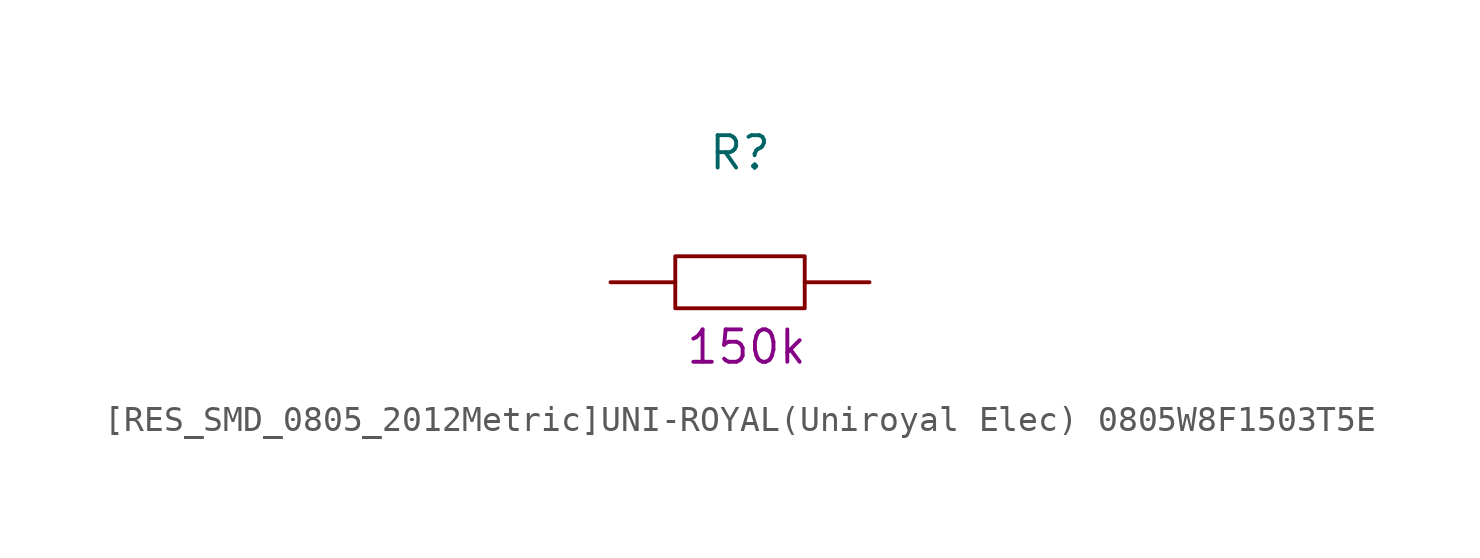
<source format=kicad_sym>
(kicad_symbol_lib
  (version 20231120)
  (generator "kicad_symbol_editor")
  (generator_version "8.0")
  (symbol "[RES_SMD_0805_2012Metric]UNI-ROYAL(Uniroyal Elec) 0805W8F1503T5E"
    (pin_numbers hide)
    (property "Reference" "R"
      (at 0 5.08 0)
      (effects (font (size 1.27 1.27))))
    (property "Nvalue" "150k"
      (at 0.254 -2.54 0)
      (effects (font (size 1.27 1.27))))
    (symbol "[RES_SMD_0805_2012Metric]UNI-ROYAL(Uniroyal Elec) 0805W8F1503T5E_1_1"
      (rectangle (start -2.54 1.02) (end 2.54 -1.02) (stroke (width 0) (type default)) (fill (type none)))
      (pin passive line (at -5.08 0 0) (length 2.54) (name "~" (effects (font (size 1.27 1.27)))) (number "1" (effects (font (size 1.27 1.27)))))
      (pin passive line (at 5.08 0 180) (length 2.54) (name "~" (effects (font (size 1.27 1.27)))) (number "2" (effects (font (size 1.27 1.27))))))))
</source>
